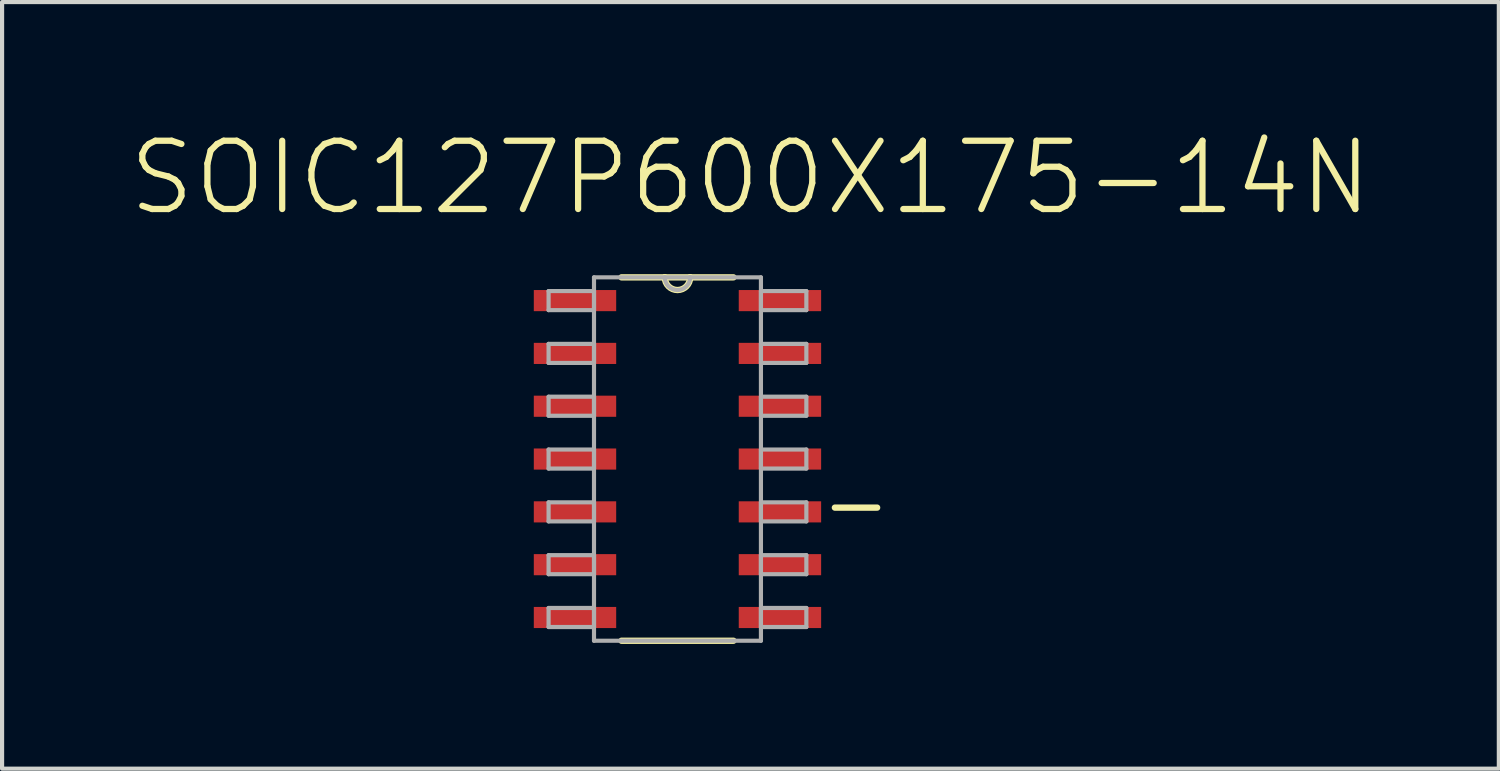
<source format=kicad_pcb>
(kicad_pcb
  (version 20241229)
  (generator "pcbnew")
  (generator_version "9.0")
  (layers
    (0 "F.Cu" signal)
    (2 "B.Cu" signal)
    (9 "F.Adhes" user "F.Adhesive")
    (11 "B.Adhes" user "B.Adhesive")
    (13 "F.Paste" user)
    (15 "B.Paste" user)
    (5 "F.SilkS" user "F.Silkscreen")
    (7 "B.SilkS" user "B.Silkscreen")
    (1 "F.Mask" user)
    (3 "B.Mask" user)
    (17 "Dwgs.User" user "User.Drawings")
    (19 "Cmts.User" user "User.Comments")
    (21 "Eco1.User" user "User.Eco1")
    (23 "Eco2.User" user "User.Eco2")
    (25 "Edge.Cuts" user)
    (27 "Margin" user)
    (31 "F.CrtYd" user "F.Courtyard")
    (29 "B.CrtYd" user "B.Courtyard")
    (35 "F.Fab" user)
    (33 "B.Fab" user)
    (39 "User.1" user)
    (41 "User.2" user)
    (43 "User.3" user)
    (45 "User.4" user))
  (footprint "SOIC127P600X175-14N"
    (layer "F.Cu")
    (at 13.24 7.988)
    (property "Reference" "SOIC127P600X175-14N" (at 1.755 -6.764 0) (layer "F.SilkS") (effects (font (size 1.642 1.642) (thickness 0.15))))
    (attr smd)
    (fp_line (start -1.346 4.369) (end 1.346 4.369) (stroke (width 0.152) (type solid)) (layer "F.SilkS"))
    (fp_line (start -0.305 -4.369) (end -1.346 -4.369) (stroke (width 0.152) (type solid)) (layer "F.SilkS"))
    (fp_line (start 0.305 -4.369) (end -0.305 -4.369) (stroke (width 0.152) (type solid)) (layer "F.SilkS"))
    (fp_line (start 1.346 -4.369) (end 0.305 -4.369) (stroke (width 0.152) (type solid)) (layer "F.SilkS"))
    (fp_line (start 3.785 1.168) (end 4.801 1.168) (stroke (width 0.152) (type solid)) (layer "F.SilkS"))
    (fp_arc (start 0.3048 -4.3688) (mid 0 -4.064) (end -0.3048 -4.3688) (stroke (width 0.1524) (type solid)) (layer "F.SilkS"))
    (fp_line (start -3.099 -4.039) (end -3.099 -3.581) (stroke (width 0.1) (type solid)) (layer "F.Fab"))
    (fp_line (start -3.099 -3.581) (end -2.007 -3.581) (stroke (width 0.1) (type solid)) (layer "F.Fab"))
    (fp_line (start -3.099 -2.769) (end -3.099 -2.311) (stroke (width 0.1) (type solid)) (layer "F.Fab"))
    (fp_line (start -3.099 -2.311) (end -2.007 -2.311) (stroke (width 0.1) (type solid)) (layer "F.Fab"))
    (fp_line (start -3.099 -1.499) (end -3.099 -1.041) (stroke (width 0.1) (type solid)) (layer "F.Fab"))
    (fp_line (start -3.099 -1.041) (end -2.007 -1.041) (stroke (width 0.1) (type solid)) (layer "F.Fab"))
    (fp_line (start -3.099 -0.229) (end -3.099 0.229) (stroke (width 0.1) (type solid)) (layer "F.Fab"))
    (fp_line (start -3.099 0.229) (end -2.007 0.229) (stroke (width 0.1) (type solid)) (layer "F.Fab"))
    (fp_line (start -3.099 1.041) (end -3.099 1.499) (stroke (width 0.1) (type solid)) (layer "F.Fab"))
    (fp_line (start -3.099 1.499) (end -2.007 1.499) (stroke (width 0.1) (type solid)) (layer "F.Fab"))
    (fp_line (start -3.099 2.311) (end -3.099 2.769) (stroke (width 0.1) (type solid)) (layer "F.Fab"))
    (fp_line (start -3.099 2.769) (end -2.007 2.769) (stroke (width 0.1) (type solid)) (layer "F.Fab"))
    (fp_line (start -3.099 3.581) (end -3.099 4.039) (stroke (width 0.1) (type solid)) (layer "F.Fab"))
    (fp_line (start -3.099 4.039) (end -2.007 4.039) (stroke (width 0.1) (type solid)) (layer "F.Fab"))
    (fp_line (start -2.007 -4.369) (end -2.007 4.369) (stroke (width 0.1) (type solid)) (layer "F.Fab"))
    (fp_line (start -2.007 -4.039) (end -3.099 -4.039) (stroke (width 0.1) (type solid)) (layer "F.Fab"))
    (fp_line (start -2.007 -3.581) (end -2.007 -4.039) (stroke (width 0.1) (type solid)) (layer "F.Fab"))
    (fp_line (start -2.007 -2.769) (end -3.099 -2.769) (stroke (width 0.1) (type solid)) (layer "F.Fab"))
    (fp_line (start -2.007 -2.311) (end -2.007 -2.769) (stroke (width 0.1) (type solid)) (layer "F.Fab"))
    (fp_line (start -2.007 -1.499) (end -3.099 -1.499) (stroke (width 0.1) (type solid)) (layer "F.Fab"))
    (fp_line (start -2.007 -1.041) (end -2.007 -1.499) (stroke (width 0.1) (type solid)) (layer "F.Fab"))
    (fp_line (start -2.007 -0.229) (end -3.099 -0.229) (stroke (width 0.1) (type solid)) (layer "F.Fab"))
    (fp_line (start -2.007 0.229) (end -2.007 -0.229) (stroke (width 0.1) (type solid)) (layer "F.Fab"))
    (fp_line (start -2.007 1.041) (end -3.099 1.041) (stroke (width 0.1) (type solid)) (layer "F.Fab"))
    (fp_line (start -2.007 1.499) (end -2.007 1.041) (stroke (width 0.1) (type solid)) (layer "F.Fab"))
    (fp_line (start -2.007 2.311) (end -3.099 2.311) (stroke (width 0.1) (type solid)) (layer "F.Fab"))
    (fp_line (start -2.007 2.769) (end -2.007 2.311) (stroke (width 0.1) (type solid)) (layer "F.Fab"))
    (fp_line (start -2.007 3.581) (end -3.099 3.581) (stroke (width 0.1) (type solid)) (layer "F.Fab"))
    (fp_line (start -2.007 4.039) (end -2.007 3.581) (stroke (width 0.1) (type solid)) (layer "F.Fab"))
    (fp_line (start -2.007 4.369) (end 2.007 4.369) (stroke (width 0.1) (type solid)) (layer "F.Fab"))
    (fp_line (start -0.305 -4.369) (end -2.007 -4.369) (stroke (width 0.1) (type solid)) (layer "F.Fab"))
    (fp_line (start 0.305 -4.369) (end -0.305 -4.369) (stroke (width 0.1) (type solid)) (layer "F.Fab"))
    (fp_line (start 2.007 -4.369) (end 0.305 -4.369) (stroke (width 0.1) (type solid)) (layer "F.Fab"))
    (fp_line (start 2.007 -4.039) (end 2.007 -3.581) (stroke (width 0.1) (type solid)) (layer "F.Fab"))
    (fp_line (start 2.007 -3.581) (end 3.099 -3.581) (stroke (width 0.1) (type solid)) (layer "F.Fab"))
    (fp_line (start 2.007 -2.769) (end 2.007 -2.311) (stroke (width 0.1) (type solid)) (layer "F.Fab"))
    (fp_line (start 2.007 -2.311) (end 3.099 -2.311) (stroke (width 0.1) (type solid)) (layer "F.Fab"))
    (fp_line (start 2.007 -1.499) (end 2.007 -1.041) (stroke (width 0.1) (type solid)) (layer "F.Fab"))
    (fp_line (start 2.007 -1.041) (end 3.099 -1.041) (stroke (width 0.1) (type solid)) (layer "F.Fab"))
    (fp_line (start 2.007 -0.229) (end 2.007 0.229) (stroke (width 0.1) (type solid)) (layer "F.Fab"))
    (fp_line (start 2.007 0.229) (end 3.099 0.229) (stroke (width 0.1) (type solid)) (layer "F.Fab"))
    (fp_line (start 2.007 1.041) (end 2.007 1.499) (stroke (width 0.1) (type solid)) (layer "F.Fab"))
    (fp_line (start 2.007 1.499) (end 3.099 1.499) (stroke (width 0.1) (type solid)) (layer "F.Fab"))
    (fp_line (start 2.007 2.311) (end 2.007 2.769) (stroke (width 0.1) (type solid)) (layer "F.Fab"))
    (fp_line (start 2.007 2.769) (end 3.099 2.769) (stroke (width 0.1) (type solid)) (layer "F.Fab"))
    (fp_line (start 2.007 3.581) (end 2.007 4.039) (stroke (width 0.1) (type solid)) (layer "F.Fab"))
    (fp_line (start 2.007 4.039) (end 3.099 4.039) (stroke (width 0.1) (type solid)) (layer "F.Fab"))
    (fp_line (start 2.007 4.369) (end 2.007 -4.369) (stroke (width 0.1) (type solid)) (layer "F.Fab"))
    (fp_line (start 3.099 -4.039) (end 2.007 -4.039) (stroke (width 0.1) (type solid)) (layer "F.Fab"))
    (fp_line (start 3.099 -3.581) (end 3.099 -4.039) (stroke (width 0.1) (type solid)) (layer "F.Fab"))
    (fp_line (start 3.099 -2.769) (end 2.007 -2.769) (stroke (width 0.1) (type solid)) (layer "F.Fab"))
    (fp_line (start 3.099 -2.311) (end 3.099 -2.769) (stroke (width 0.1) (type solid)) (layer "F.Fab"))
    (fp_line (start 3.099 -1.499) (end 2.007 -1.499) (stroke (width 0.1) (type solid)) (layer "F.Fab"))
    (fp_line (start 3.099 -1.041) (end 3.099 -1.499) (stroke (width 0.1) (type solid)) (layer "F.Fab"))
    (fp_line (start 3.099 -0.229) (end 2.007 -0.229) (stroke (width 0.1) (type solid)) (layer "F.Fab"))
    (fp_line (start 3.099 0.229) (end 3.099 -0.229) (stroke (width 0.1) (type solid)) (layer "F.Fab"))
    (fp_line (start 3.099 1.041) (end 2.007 1.041) (stroke (width 0.1) (type solid)) (layer "F.Fab"))
    (fp_line (start 3.099 1.499) (end 3.099 1.041) (stroke (width 0.1) (type solid)) (layer "F.Fab"))
    (fp_line (start 3.099 2.311) (end 2.007 2.311) (stroke (width 0.1) (type solid)) (layer "F.Fab"))
    (fp_line (start 3.099 2.769) (end 3.099 2.311) (stroke (width 0.1) (type solid)) (layer "F.Fab"))
    (fp_line (start 3.099 3.581) (end 2.007 3.581) (stroke (width 0.1) (type solid)) (layer "F.Fab"))
    (fp_line (start 3.099 4.039) (end 3.099 3.581) (stroke (width 0.1) (type solid)) (layer "F.Fab"))
    (fp_arc (start 0.3048 -4.3688) (mid 0 -4.064) (end -0.3048 -4.3688) (stroke (width 0.1) (type solid)) (layer "F.Fab"))
    (pad "1" smd rect (at -2.464 -3.81) (size 1.981 0.508) (layers "F.Cu" "F.Mask" "F.Paste"))
    (pad "2" smd rect (at -2.464 -2.54) (size 1.981 0.508) (layers "F.Cu" "F.Mask" "F.Paste"))
    (pad "3" smd rect (at -2.464 -1.27) (size 1.981 0.508) (layers "F.Cu" "F.Mask" "F.Paste"))
    (pad "4" smd rect (at -2.464 0) (size 1.981 0.508) (layers "F.Cu" "F.Mask" "F.Paste"))
    (pad "5" smd rect (at -2.464 1.27) (size 1.981 0.508) (layers "F.Cu" "F.Mask" "F.Paste"))
    (pad "6" smd rect (at -2.464 2.54) (size 1.981 0.508) (layers "F.Cu" "F.Mask" "F.Paste"))
    (pad "7" smd rect (at -2.464 3.81) (size 1.981 0.508) (layers "F.Cu" "F.Mask" "F.Paste"))
    (pad "8" smd rect (at 2.464 3.81) (size 1.981 0.508) (layers "F.Cu" "F.Mask" "F.Paste"))
    (pad "9" smd rect (at 2.464 2.54) (size 1.981 0.508) (layers "F.Cu" "F.Mask" "F.Paste"))
    (pad "10" smd rect (at 2.464 1.27) (size 1.981 0.508) (layers "F.Cu" "F.Mask" "F.Paste"))
    (pad "11" smd rect (at 2.464 0) (size 1.981 0.508) (layers "F.Cu" "F.Mask" "F.Paste"))
    (pad "12" smd rect (at 2.464 -1.27) (size 1.981 0.508) (layers "F.Cu" "F.Mask" "F.Paste"))
    (pad "13" smd rect (at 2.464 -2.54) (size 1.981 0.508) (layers "F.Cu" "F.Mask" "F.Paste"))
    (pad "14" smd rect (at 2.464 -3.81) (size 1.981 0.508) (layers "F.Cu" "F.Mask" "F.Paste")))
  (gr_rect
    (start -3 -3)
    (end 32.99 15.433)
    (stroke (width 0.1) (type default))
    (fill no)
    (layer "Edge.Cuts")))
</source>
